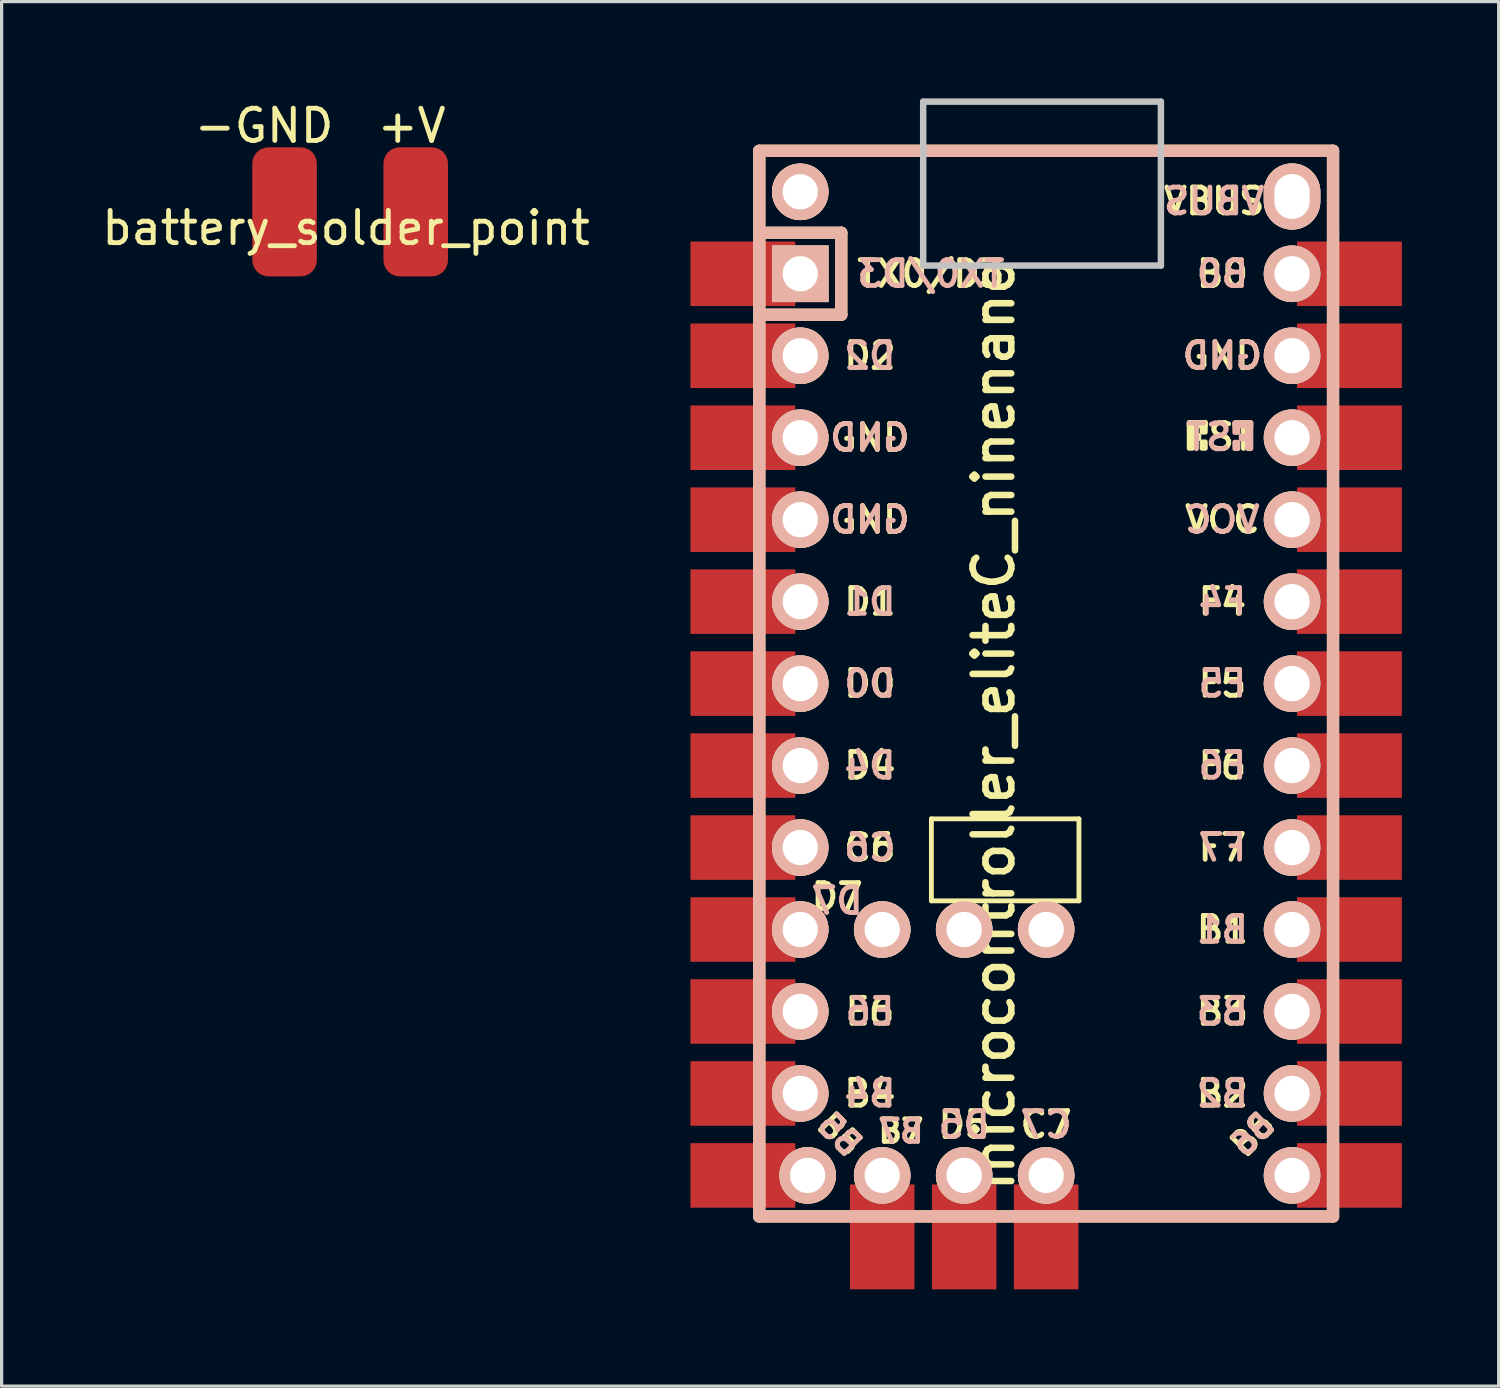
<source format=kicad_pcb>
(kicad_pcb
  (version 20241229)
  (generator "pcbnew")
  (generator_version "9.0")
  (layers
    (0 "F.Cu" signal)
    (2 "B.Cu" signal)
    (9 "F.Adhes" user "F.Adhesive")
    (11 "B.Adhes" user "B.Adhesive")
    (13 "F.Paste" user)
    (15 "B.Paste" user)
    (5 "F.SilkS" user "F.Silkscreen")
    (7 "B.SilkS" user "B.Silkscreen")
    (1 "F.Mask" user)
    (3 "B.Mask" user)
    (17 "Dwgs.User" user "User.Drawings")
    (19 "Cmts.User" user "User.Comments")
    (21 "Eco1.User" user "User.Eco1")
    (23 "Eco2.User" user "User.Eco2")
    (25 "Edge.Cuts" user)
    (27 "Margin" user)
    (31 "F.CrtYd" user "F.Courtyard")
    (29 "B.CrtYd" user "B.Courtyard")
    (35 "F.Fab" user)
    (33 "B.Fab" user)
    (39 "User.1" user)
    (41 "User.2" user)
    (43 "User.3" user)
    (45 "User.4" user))
  (footprint "microcontroller_eliteC_ninenano"
    (layer "F.Cu")
    (at 29.368 19.404)
    (property "Reference" "microcontroller_eliteC_ninenano" (at -1.625 0 270) (layer "F.SilkS") (effects (font (size 1.2 1.2) (thickness 0.203))))
    (attr through_hole)
    (fp_line (start -8.89 -17.78) (end -8.89 -15.24) (stroke (width 0.381) (type solid)) (layer "F.SilkS"))
    (fp_line (start -8.89 -15.24) (end -8.89 15.24) (stroke (width 0.381) (type solid)) (layer "F.SilkS"))
    (fp_line (start -8.89 15.24) (end 8.89 15.24) (stroke (width 0.381) (type solid)) (layer "F.SilkS"))
    (fp_line (start -6.35 -15.24) (end -8.89 -15.24) (stroke (width 0.381) (type solid)) (layer "F.SilkS"))
    (fp_line (start -6.35 -15.24) (end -6.35 -12.7) (stroke (width 0.381) (type solid)) (layer "F.SilkS"))
    (fp_line (start -6.35 -12.7) (end -8.89 -12.7) (stroke (width 0.381) (type solid)) (layer "F.SilkS"))
    (fp_line (start -3.556 2.921) (end -3.556 5.461) (stroke (width 0.15) (type solid)) (layer "F.SilkS"))
    (fp_line (start -3.556 5.461) (end 1.016 5.461) (stroke (width 0.15) (type solid)) (layer "F.SilkS"))
    (fp_line (start 1.016 2.921) (end -3.556 2.921) (stroke (width 0.15) (type solid)) (layer "F.SilkS"))
    (fp_line (start 1.016 5.461) (end 1.016 2.921) (stroke (width 0.15) (type solid)) (layer "F.SilkS"))
    (fp_line (start 8.89 -17.78) (end -8.89 -17.78) (stroke (width 0.381) (type solid)) (layer "F.SilkS"))
    (fp_line (start 8.89 -15.24) (end 8.89 -17.78) (stroke (width 0.381) (type solid)) (layer "F.SilkS"))
    (fp_line (start 8.89 15.24) (end 8.89 -15.24) (stroke (width 0.381) (type solid)) (layer "F.SilkS"))
    (fp_poly (pts (xy 4.532 -9.361) (xy 4.532 -8.561) (xy 4.432 -8.561) (xy 4.432 -9.361)) (stroke (width 0.15) (type solid)) (fill yes) (layer "F.SilkS"))
    (fp_poly (pts (xy 4.732 -8.961) (xy 4.732 -8.861) (xy 4.632 -8.861) (xy 4.632 -8.961)) (stroke (width 0.15) (type solid)) (fill yes) (layer "F.SilkS"))
    (fp_poly (pts (xy 4.932 -9.361) (xy 4.932 -9.261) (xy 4.432 -9.261) (xy 4.432 -9.361)) (stroke (width 0.15) (type solid)) (fill yes) (layer "F.SilkS"))
    (fp_poly (pts (xy 4.932 -9.361) (xy 4.932 -9.061) (xy 4.832 -9.061) (xy 4.832 -9.361)) (stroke (width 0.15) (type solid)) (fill yes) (layer "F.SilkS"))
    (fp_poly (pts (xy 4.932 -8.761) (xy 4.932 -8.561) (xy 4.832 -8.561) (xy 4.832 -8.761)) (stroke (width 0.15) (type solid)) (fill yes) (layer "F.SilkS"))
    (fp_line (start -8.89 -17.78) (end -8.89 15.24) (stroke (width 0.381) (type solid)) (layer "B.SilkS"))
    (fp_line (start -8.89 15.24) (end 8.89 15.24) (stroke (width 0.381) (type solid)) (layer "B.SilkS"))
    (fp_line (start -6.35 -15.24) (end -8.89 -15.24) (stroke (width 0.381) (type solid)) (layer "B.SilkS"))
    (fp_line (start -6.35 -15.24) (end -6.35 -12.7) (stroke (width 0.381) (type solid)) (layer "B.SilkS"))
    (fp_line (start -6.35 -12.7) (end -8.89 -12.7) (stroke (width 0.381) (type solid)) (layer "B.SilkS"))
    (fp_line (start 8.89 -17.78) (end -8.89 -17.78) (stroke (width 0.381) (type solid)) (layer "B.SilkS"))
    (fp_line (start 8.89 15.24) (end 8.89 -17.78) (stroke (width 0.381) (type solid)) (layer "B.SilkS"))
    (fp_poly (pts (xy 5.845 -9.351) (xy 5.845 -9.251) (xy 6.345 -9.251) (xy 6.345 -9.351)) (stroke (width 0.15) (type solid)) (fill yes) (layer "B.SilkS"))
    (fp_poly (pts (xy 5.845 -9.351) (xy 5.845 -9.051) (xy 5.945 -9.051) (xy 5.945 -9.351)) (stroke (width 0.15) (type solid)) (fill yes) (layer "B.SilkS"))
    (fp_poly (pts (xy 5.845 -8.751) (xy 5.845 -8.551) (xy 5.945 -8.551) (xy 5.945 -8.751)) (stroke (width 0.15) (type solid)) (fill yes) (layer "B.SilkS"))
    (fp_poly (pts (xy 6.045 -8.951) (xy 6.045 -8.851) (xy 6.145 -8.851) (xy 6.145 -8.951)) (stroke (width 0.15) (type solid)) (fill yes) (layer "B.SilkS"))
    (fp_poly (pts (xy 6.245 -9.351) (xy 6.245 -8.551) (xy 6.345 -8.551) (xy 6.345 -9.351)) (stroke (width 0.15) (type solid)) (fill yes) (layer "B.SilkS"))
    (fp_line (start -3.81 -19.304) (end 3.556 -19.304) (stroke (width 0.2) (type solid)) (layer "Dwgs.User"))
    (fp_line (start -3.81 -14.224) (end -3.81 -19.304) (stroke (width 0.2) (type solid)) (layer "Dwgs.User"))
    (fp_line (start 3.556 -19.304) (end 3.556 -14.224) (stroke (width 0.2) (type solid)) (layer "Dwgs.User"))
    (fp_line (start 3.556 -14.224) (end -3.81 -14.224) (stroke (width 0.2) (type solid)) (layer "Dwgs.User"))
    (fp_text user "TX0/D3" (at -3.572 -13.97 0) (layer "F.SilkS") (effects (font (size 0.8 0.8) (thickness 0.15))))
    (fp_text user "B5" (at -6.4 12.7 315) (layer "F.SilkS") (effects (font (size 0.7 0.7) (thickness 0.15))))
    (fp_text user "VBUS" (at 5.207 -16.22 0) (layer "F.SilkS") (effects (font (size 0.8 0.8) (thickness 0.15))))
    (fp_text user "GND" (at 5.461 -11.43 0) (layer "F.SilkS") (effects (font (size 0.8 0.8) (thickness 0.15))))
    (fp_text user "GND" (at -5.461 -8.89 0) (layer "F.SilkS") (effects (font (size 0.8 0.8) (thickness 0.15))))
    (fp_text user "GND" (at -5.461 -6.35 0) (layer "F.SilkS") (effects (font (size 0.8 0.8) (thickness 0.15))))
    (fp_text user "C6" (at -5.461 3.81 0) (layer "F.SilkS") (effects (font (size 0.8 0.8) (thickness 0.15))))
    (fp_text user "F7" (at 5.461 3.81 0) (layer "F.SilkS") (effects (font (size 0.8 0.8) (thickness 0.15))))
    (fp_text user "F5" (at 5.461 -1.27 0) (layer "F.SilkS") (effects (font (size 0.8 0.8) (thickness 0.15))))
    (fp_text user "B4" (at -5.461 11.43 0) (layer "F.SilkS") (effects (font (size 0.8 0.8) (thickness 0.15))))
    (fp_text user "B7" (at -4.5 12.6 0) (layer "F.SilkS") (effects (font (size 0.7 0.7) (thickness 0.15))))
    (fp_text user "B3" (at 5.461 8.89 0) (layer "F.SilkS") (effects (font (size 0.8 0.8) (thickness 0.15))))
    (fp_text user "B1" (at 5.461 6.35 0) (layer "F.SilkS") (effects (font (size 0.8 0.8) (thickness 0.15))))
    (fp_text user "B0" (at 5.461 -13.97 0) (layer "F.SilkS") (effects (font (size 0.8 0.8) (thickness 0.15))))
    (fp_text user "VCC" (at 5.461 -6.35 0) (layer "F.SilkS") (effects (font (size 0.8 0.8) (thickness 0.15))))
    (fp_text user "D4" (at -5.461 1.27 0) (layer "F.SilkS") (effects (font (size 0.8 0.8) (thickness 0.15))))
    (fp_text user "ST" (at 5.733 -8.92 0) (layer "F.SilkS") (effects (font (size 0.8 0.8) (thickness 0.15))))
    (fp_text user "D5" (at -2.54 12.4 0) (layer "F.SilkS") (effects (font (size 0.8 0.8) (thickness 0.15))))
    (fp_text user "D0" (at -5.461 -1.27 0) (layer "F.SilkS") (effects (font (size 0.8 0.8) (thickness 0.15))))
    (fp_text user "F4" (at 5.461 -3.81 0) (layer "F.SilkS") (effects (font (size 0.8 0.8) (thickness 0.15))))
    (fp_text user "D1" (at -5.461 -3.81 0) (layer "F.SilkS") (effects (font (size 0.8 0.8) (thickness 0.15))))
    (fp_text user "E6" (at -5.461 8.89 0) (layer "F.SilkS") (effects (font (size 0.8 0.8) (thickness 0.15))))
    (fp_text user "D2" (at -5.461 -11.43 0) (layer "F.SilkS") (effects (font (size 0.8 0.8) (thickness 0.15))))
    (fp_text user "C7" (at 0 12.4 0) (layer "F.SilkS") (effects (font (size 0.8 0.8) (thickness 0.15))))
    (fp_text user "F6" (at 5.461 1.27 0) (layer "F.SilkS") (effects (font (size 0.8 0.8) (thickness 0.15))))
    (fp_text user "B2" (at 5.461 11.43 0) (layer "F.SilkS") (effects (font (size 0.8 0.8) (thickness 0.15))))
    (fp_text user "D7" (at -6.477 5.334 0) (layer "F.SilkS") (effects (font (size 0.8 0.8) (thickness 0.15))))
    (fp_text user "B6" (at 6.4 12.7 45) (unlocked yes) (layer "F.SilkS") (effects (font (size 0.7 0.7) (thickness 0.15))))
    (fp_text user "F5" (at 5.461 -1.27 0) (layer "B.SilkS") (effects (font (size 0.8 0.8) (thickness 0.15)) (justify mirror)))
    (fp_text user "D7" (at -6.477 5.461 0) (layer "B.SilkS") (effects (font (size 0.8 0.8) (thickness 0.15)) (justify mirror)))
    (fp_text user "F7" (at 5.461 3.81 0) (layer "B.SilkS") (effects (font (size 0.8 0.8) (thickness 0.15)) (justify mirror)))
    (fp_text user "D2" (at -5.461 -11.43 0) (layer "B.SilkS") (effects (font (size 0.8 0.8) (thickness 0.15)) (justify mirror)))
    (fp_text user "F6" (at 5.461 1.27 0) (layer "B.SilkS") (effects (font (size 0.8 0.8) (thickness 0.15)) (justify mirror)))
    (fp_text user "B3" (at 5.461 8.89 0) (layer "B.SilkS") (effects (font (size 0.8 0.8) (thickness 0.15)) (justify mirror)))
    (fp_text user "B4" (at -5.461 11.43 0) (layer "B.SilkS") (effects (font (size 0.8 0.8) (thickness 0.15)) (justify mirror)))
    (fp_text user "ST" (at 5.04 -8.91 0) (layer "B.SilkS") (effects (font (size 0.8 0.8) (thickness 0.15)) (justify mirror)))
    (fp_text user "GND" (at 5.461 -11.43 0) (layer "B.SilkS") (effects (font (size 0.8 0.8) (thickness 0.15)) (justify mirror)))
    (fp_text user "B6" (at 6.4 12.7 45) (unlocked yes) (layer "B.SilkS") (effects (font (size 0.7 0.7) (thickness 0.15)) (justify mirror)))
    (fp_text user "D0" (at -5.461 -1.27 0) (layer "B.SilkS") (effects (font (size 0.8 0.8) (thickness 0.15)) (justify mirror)))
    (fp_text user "D4" (at -5.461 1.27 0) (layer "B.SilkS") (effects (font (size 0.8 0.8) (thickness 0.15)) (justify mirror)))
    (fp_text user "TX0/D3" (at -3.572 -13.97 0) (layer "B.SilkS") (effects (font (size 0.8 0.8) (thickness 0.15)) (justify mirror)))
    (fp_text user "C6" (at -5.461 3.81 0) (layer "B.SilkS") (effects (font (size 0.8 0.8) (thickness 0.15)) (justify mirror)))
    (fp_text user "F4" (at 5.461 -3.81 0) (layer "B.SilkS") (effects (font (size 0.8 0.8) (thickness 0.15)) (justify mirror)))
    (fp_text user "D5" (at -2.54 12.4 0) (layer "B.SilkS") (effects (font (size 0.8 0.8) (thickness 0.15)) (justify mirror)))
    (fp_text user "D1" (at -5.461 -3.81 0) (layer "B.SilkS") (effects (font (size 0.8 0.8) (thickness 0.15)) (justify mirror)))
    (fp_text user "E6" (at -5.461 8.89 0) (layer "B.SilkS") (effects (font (size 0.8 0.8) (thickness 0.15)) (justify mirror)))
    (fp_text user "B7" (at -4.5 12.6 0) (layer "B.SilkS") (effects (font (size 0.7 0.7) (thickness 0.15)) (justify mirror)))
    (fp_text user "B0" (at 5.461 -13.97 0) (layer "B.SilkS") (effects (font (size 0.8 0.8) (thickness 0.15)) (justify mirror)))
    (fp_text user "B5" (at -6.4 12.7 315) (layer "B.SilkS") (effects (font (size 0.7 0.7) (thickness 0.15)) (justify mirror)))
    (fp_text user "VCC" (at 5.461 -6.35 0) (layer "B.SilkS") (effects (font (size 0.8 0.8) (thickness 0.15)) (justify mirror)))
    (fp_text user "B1" (at 5.461 6.35 0) (layer "B.SilkS") (effects (font (size 0.8 0.8) (thickness 0.15)) (justify mirror)))
    (fp_text user "GND" (at -5.461 -6.35 0) (layer "B.SilkS") (effects (font (size 0.8 0.8) (thickness 0.15)) (justify mirror)))
    (fp_text user "GND" (at -5.461 -8.89 0) (layer "B.SilkS") (effects (font (size 0.8 0.8) (thickness 0.15)) (justify mirror)))
    (fp_text user "C7" (at 0 12.4 0) (layer "B.SilkS") (effects (font (size 0.8 0.8) (thickness 0.15)) (justify mirror)))
    (fp_text user "VBUS" (at 5.207 -16.22 0) (layer "B.SilkS") (effects (font (size 0.8 0.8) (thickness 0.15)) (justify mirror)))
    (fp_text user "B2" (at 5.461 11.43 0) (layer "B.SilkS") (effects (font (size 0.8 0.8) (thickness 0.15)) (justify mirror)))
    (pad "1" smd rect (at -9.398 -13.97 270) (size 2 3.25) (layers "F.Cu" "F.Mask" "F.Paste"))
    (pad "1" thru_hole rect (at -7.62 -13.97 270) (size 1.753 1.753) (drill 1.092) (layers "*.Cu" "*.SilkS" "*.Mask"))
    (pad "2" smd rect (at -9.398 -11.43 270) (size 2 3.25) (layers "F.Cu" "F.Mask" "F.Paste"))
    (pad "2" thru_hole circle (at -7.62 -11.43 270) (size 1.753 1.753) (drill 1.092) (layers "*.Cu" "*.SilkS" "*.Mask"))
    (pad "3" smd rect (at -9.398 -8.89 270) (size 2 3.25) (layers "F.Cu" "F.Mask" "F.Paste"))
    (pad "3" thru_hole circle (at -7.62 -8.89 270) (size 1.753 1.753) (drill 1.092) (layers "*.Cu" "*.SilkS" "*.Mask"))
    (pad "4" smd rect (at -9.398 -6.35 270) (size 2 3.25) (layers "F.Cu" "F.Mask" "F.Paste"))
    (pad "4" thru_hole circle (at -7.62 -6.35 270) (size 1.753 1.753) (drill 1.092) (layers "*.Cu" "*.SilkS" "*.Mask"))
    (pad "5" smd rect (at -9.398 -3.81 270) (size 2 3.25) (layers "F.Cu" "F.Mask" "F.Paste"))
    (pad "5" thru_hole circle (at -7.62 -3.81 270) (size 1.753 1.753) (drill 1.092) (layers "*.Cu" "*.SilkS" "*.Mask"))
    (pad "6" smd rect (at -9.398 -1.27 270) (size 2 3.25) (layers "F.Cu" "F.Mask" "F.Paste"))
    (pad "6" thru_hole circle (at -7.62 -1.27 270) (size 1.753 1.753) (drill 1.092) (layers "*.Cu" "*.SilkS" "*.Mask"))
    (pad "7" smd rect (at -9.398 1.27 270) (size 2 3.25) (layers "F.Cu" "F.Mask" "F.Paste"))
    (pad "7" thru_hole circle (at -7.62 1.27 270) (size 1.753 1.753) (drill 1.092) (layers "*.Cu" "*.SilkS" "*.Mask"))
    (pad "8" smd rect (at -9.398 3.81 270) (size 2 3.25) (layers "F.Cu" "F.Mask" "F.Paste"))
    (pad "8" thru_hole circle (at -7.62 3.81 270) (size 1.753 1.753) (drill 1.092) (layers "*.Cu" "*.SilkS" "*.Mask"))
    (pad "9" smd rect (at -9.398 6.35 270) (size 2 3.25) (layers "F.Cu" "F.Mask" "F.Paste"))
    (pad "9" thru_hole circle (at -7.62 6.35 270) (size 1.753 1.753) (drill 1.092) (layers "*.Cu" "*.SilkS" "*.Mask"))
    (pad "10" smd rect (at -9.398 8.89 270) (size 2 3.25) (layers "F.Cu" "F.Mask" "F.Paste"))
    (pad "10" thru_hole circle (at -7.62 8.89 270) (size 1.753 1.753) (drill 1.092) (layers "*.Cu" "*.SilkS" "*.Mask"))
    (pad "11" smd rect (at -9.398 11.43 270) (size 2 3.25) (layers "F.Cu" "F.Mask" "F.Paste"))
    (pad "11" thru_hole circle (at -7.62 11.43 270) (size 1.753 1.753) (drill 1.092) (layers "*.Cu" "*.SilkS" "*.Mask"))
    (pad "12" smd rect (at -9.398 13.97 270) (size 2 3.25) (layers "F.Cu" "F.Mask" "F.Paste"))
    (pad "12" thru_hole circle (at -7.391 13.97 270) (size 1.753 1.753) (drill 1.092) (layers "*.Cu" "*.SilkS" "*.Mask"))
    (pad "13" thru_hole circle (at 7.62 13.97 270) (size 1.753 1.753) (drill 1.092) (layers "*.Cu" "*.SilkS" "*.Mask"))
    (pad "13" smd rect (at 9.398 13.97 270) (size 2 3.25) (layers "F.Cu" "F.Mask" "F.Paste"))
    (pad "14" thru_hole circle (at 7.62 11.43 270) (size 1.753 1.753) (drill 1.092) (layers "*.Cu" "*.SilkS" "*.Mask"))
    (pad "14" smd rect (at 9.398 11.43 270) (size 2 3.25) (layers "F.Cu" "F.Mask" "F.Paste"))
    (pad "15" thru_hole circle (at 7.62 8.89 270) (size 1.753 1.753) (drill 1.092) (layers "*.Cu" "*.SilkS" "*.Mask"))
    (pad "15" smd rect (at 9.398 8.89 270) (size 2 3.25) (layers "F.Cu" "F.Mask" "F.Paste"))
    (pad "16" thru_hole circle (at 7.62 6.35 270) (size 1.753 1.753) (drill 1.092) (layers "*.Cu" "*.SilkS" "*.Mask"))
    (pad "16" smd rect (at 9.398 6.35 270) (size 2 3.25) (layers "F.Cu" "F.Mask" "F.Paste"))
    (pad "17" thru_hole circle (at 7.62 3.81 270) (size 1.753 1.753) (drill 1.092) (layers "*.Cu" "*.SilkS" "*.Mask"))
    (pad "17" smd rect (at 9.398 3.81 270) (size 2 3.25) (layers "F.Cu" "F.Mask" "F.Paste"))
    (pad "18" thru_hole circle (at 7.62 1.27 270) (size 1.753 1.753) (drill 1.092) (layers "*.Cu" "*.SilkS" "*.Mask"))
    (pad "18" smd rect (at 9.398 1.27 270) (size 2 3.25) (layers "F.Cu" "F.Mask" "F.Paste"))
    (pad "19" thru_hole circle (at 7.62 -1.27 270) (size 1.753 1.753) (drill 1.092) (layers "*.Cu" "*.SilkS" "*.Mask"))
    (pad "19" smd rect (at 9.398 -1.27 270) (size 2 3.25) (layers "F.Cu" "F.Mask" "F.Paste"))
    (pad "20" thru_hole circle (at 7.62 -3.81 270) (size 1.753 1.753) (drill 1.092) (layers "*.Cu" "*.SilkS" "*.Mask"))
    (pad "20" smd rect (at 9.398 -3.81 270) (size 2 3.25) (layers "F.Cu" "F.Mask" "F.Paste"))
    (pad "21" thru_hole circle (at 7.62 -6.35 270) (size 1.753 1.753) (drill 1.092) (layers "*.Cu" "*.SilkS" "*.Mask"))
    (pad "21" smd rect (at 9.398 -6.35 270) (size 2 3.25) (layers "F.Cu" "F.Mask" "F.Paste"))
    (pad "22" thru_hole circle (at 7.62 -8.89 270) (size 1.753 1.753) (drill 1.092) (layers "*.Cu" "*.SilkS" "*.Mask"))
    (pad "22" smd rect (at 9.398 -8.89 270) (size 2 3.25) (layers "F.Cu" "F.Mask" "F.Paste"))
    (pad "23" thru_hole circle (at 7.62 -11.43 270) (size 1.753 1.753) (drill 1.092) (layers "*.Cu" "*.SilkS" "*.Mask"))
    (pad "23" smd rect (at 9.398 -11.43 270) (size 2 3.25) (layers "F.Cu" "F.Mask" "F.Paste"))
    (pad "24" thru_hole circle (at 7.62 -13.97 270) (size 1.753 1.753) (drill 1.092) (layers "*.Cu" "*.SilkS" "*.Mask"))
    (pad "24" smd rect (at 9.398 -13.97 270) (size 2 3.25) (layers "F.Cu" "F.Mask" "F.Paste"))
    (pad "25" thru_hole circle (at -5.08 6.35 270) (size 1.753 1.753) (drill 1.092) (layers "*.Cu" "*.SilkS" "*.Mask"))
    (pad "25" thru_hole circle (at -5.08 13.97 270) (size 1.753 1.753) (drill 1.092) (layers "*.Cu" "*.SilkS" "*.Mask"))
    (pad "25" smd rect (at -5.08 15.875) (size 2 3.25) (layers "F.Cu" "F.Mask" "F.Paste"))
    (pad "26" thru_hole circle (at -2.54 6.35 270) (size 1.753 1.753) (drill 1.092) (layers "*.Cu" "*.SilkS" "*.Mask"))
    (pad "26" thru_hole circle (at -2.54 13.97 270) (size 1.753 1.753) (drill 1.092) (layers "*.Cu" "*.SilkS" "*.Mask"))
    (pad "26" smd rect (at -2.54 15.875) (size 2 3.25) (layers "F.Cu" "F.Mask" "F.Paste"))
    (pad "27" thru_hole circle (at 0 6.35 270) (size 1.753 1.753) (drill 1.092) (layers "*.Cu" "*.SilkS" "*.Mask"))
    (pad "27" thru_hole circle (at 0 13.97 270) (size 1.753 1.753) (drill 1.092) (layers "*.Cu" "*.SilkS" "*.Mask"))
    (pad "27" smd rect (at 0 15.875) (size 2 3.25) (layers "F.Cu" "F.Mask" "F.Paste"))
    (pad "30" thru_hole oval (at 7.62 -16.365 90) (size 2.05 1.753) (drill oval 1.392 1.092) (layers "*.Cu" "*.SilkS" "*.Mask"))
    (pad "31" thru_hole circle (at -7.62 -16.51 270) (size 1.753 1.753) (drill 1.092) (layers "*.Cu" "*.SilkS" "*.Mask")))
  (footprint "battery_solder_point"
    (layer "F.Cu")
    (at 7.673 3.515)
    (property "Reference" "battery_solder_point" (at 0 0.5 0) (layer "F.SilkS") (effects (font (size 1 1) (thickness 0.15))))
    (attr through_hole)
    (fp_text user "+V" (at 2.032 -2.667 0) (layer "F.SilkS") (effects (font (size 1 1) (thickness 0.15))))
    (fp_text user "-GND" (at -2.54 -2.667 0) (layer "F.SilkS") (effects (font (size 1 1) (thickness 0.15))))
    (pad "1" smd roundrect (at -1.905 0) (size 2 4) (layers "F.Cu" "F.Mask" "F.Paste") (roundrect_rratio 0.25))
    (pad "2" smd roundrect (at 2.159 0) (size 2 4) (layers "F.Cu" "F.Mask" "F.Paste") (roundrect_rratio 0.25)))
  (gr_rect
    (start -3 -3)
    (end 43.391 39.904)
    (stroke (width 0.1) (type default))
    (fill no)
    (layer "Edge.Cuts")))
</source>
